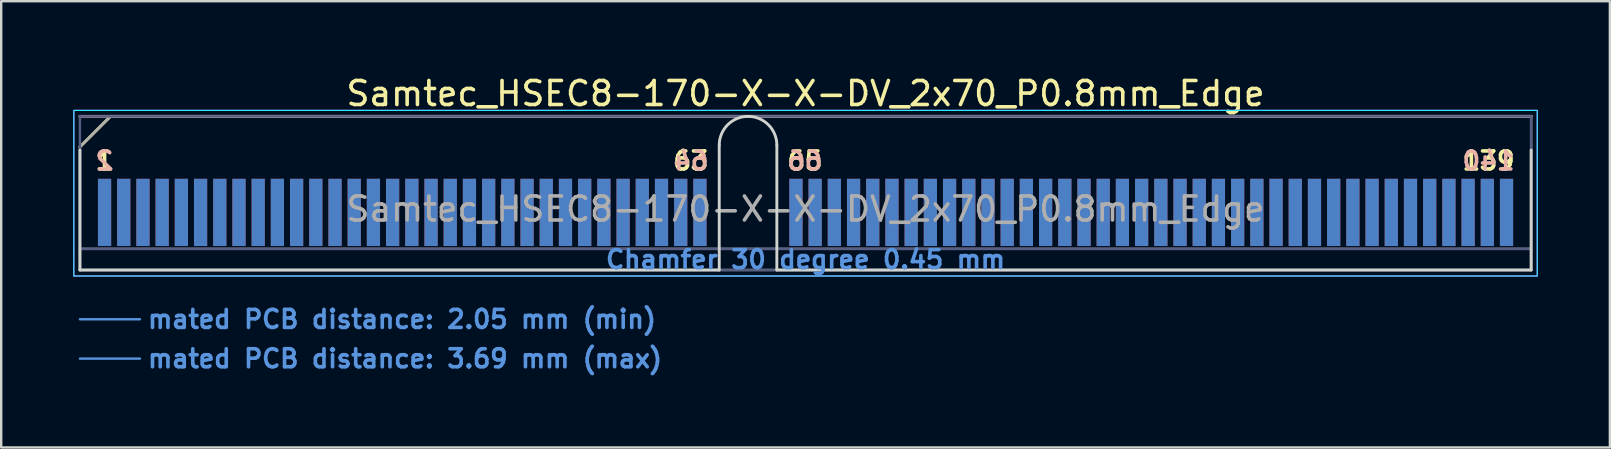
<source format=kicad_pcb>
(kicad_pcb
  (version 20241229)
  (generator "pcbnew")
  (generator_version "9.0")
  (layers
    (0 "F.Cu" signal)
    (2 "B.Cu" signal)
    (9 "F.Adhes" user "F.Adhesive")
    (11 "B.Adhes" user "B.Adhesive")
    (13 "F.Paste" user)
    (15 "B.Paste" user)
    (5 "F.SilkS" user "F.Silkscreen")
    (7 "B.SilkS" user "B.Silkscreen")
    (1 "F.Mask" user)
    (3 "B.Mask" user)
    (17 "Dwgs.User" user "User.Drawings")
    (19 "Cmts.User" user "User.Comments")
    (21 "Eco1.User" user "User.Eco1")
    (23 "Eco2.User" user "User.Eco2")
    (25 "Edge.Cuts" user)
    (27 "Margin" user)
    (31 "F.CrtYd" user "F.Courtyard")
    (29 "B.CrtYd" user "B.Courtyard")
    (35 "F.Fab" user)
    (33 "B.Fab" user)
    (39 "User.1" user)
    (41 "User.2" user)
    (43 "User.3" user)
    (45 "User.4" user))
  (footprint "Samtec_HSEC8-170-X-X-DV_2x70_P0.8mm_Edge"
    (layer "F.Cu")
    (at 30.505 8.198)
    (property "Reference" "Samtec_HSEC8-170-X-X-DV_2x70_P0.8mm_Edge" (at 0 -7.35 0) (layer "F.SilkS") (effects (font (size 1 1) (thickness 0.15))))
    (attr exclude_from_pos_files exclude_from_bom)
    (fp_line (start -30.225 -5.13) (end -28.955 -6.4) (stroke (width 0.12) (type solid)) (layer "F.SilkS"))
    (fp_line (start -28.955 -6.4) (end 30.225 -6.4) (stroke (width 0.12) (type solid)) (layer "F.SilkS"))
    (fp_line (start -30.225 -6.4) (end -30.225 -6.4) (stroke (width 0.12) (type solid)) (layer "B.SilkS"))
    (fp_line (start -30.225 -6.4) (end 30.225 -6.4) (stroke (width 0.12) (type solid)) (layer "B.SilkS"))
    (fp_line (start -30.225 2.05) (end -27.725 2.05) (stroke (width 0.1) (type solid)) (layer "Cmts.User"))
    (fp_line (start -30.225 3.69) (end -27.725 3.69) (stroke (width 0.1) (type solid)) (layer "Cmts.User"))
    (fp_line (start -30.225 -5) (end -30.225 0) (stroke (width 0.12) (type solid)) (layer "Edge.Cuts"))
    (fp_line (start -30.225 0) (end -3.595 0) (stroke (width 0.12) (type solid)) (layer "Edge.Cuts"))
    (fp_line (start -3.595 0) (end -3.595 -5.2) (stroke (width 0.12) (type solid)) (layer "Edge.Cuts"))
    (fp_line (start -1.195 -5.2) (end -1.195 0) (stroke (width 0.12) (type solid)) (layer "Edge.Cuts"))
    (fp_line (start -1.195 0) (end 30.225 0) (stroke (width 0.12) (type solid)) (layer "Edge.Cuts"))
    (fp_line (start 30.225 0) (end 30.225 -5) (stroke (width 0.12) (type solid)) (layer "Edge.Cuts"))
    (fp_arc (start -3.595 -5.2) (mid -2.395 -6.4) (end -1.195 -5.2) (stroke (width 0.12) (type solid)) (layer "Edge.Cuts"))
    (fp_rect (start -30.48 -6.65) (end 30.48 0.25) (stroke (width 0.05) (type solid)) (fill no) (layer "B.CrtYd"))
    (fp_rect (start -30.48 -6.65) (end 30.48 0.25) (stroke (width 0.05) (type solid)) (fill no) (layer "F.CrtYd"))
    (fp_line (start -30.225 -6.4) (end -30.225 -6.4) (stroke (width 0.1) (type solid)) (layer "B.Fab"))
    (fp_line (start -30.225 -6.4) (end -30.225 0) (stroke (width 0.1) (type solid)) (layer "B.Fab"))
    (fp_line (start -30.225 -6.4) (end 30.225 -6.4) (stroke (width 0.1) (type solid)) (layer "B.Fab"))
    (fp_line (start -30.225 -0.88) (end 30.225 -0.88) (stroke (width 0.1) (type solid)) (layer "B.Fab"))
    (fp_line (start -30.225 0) (end 30.225 0) (stroke (width 0.1) (type solid)) (layer "B.Fab"))
    (fp_line (start 30.225 -6.4) (end 30.225 0) (stroke (width 0.1) (type solid)) (layer "B.Fab"))
    (fp_line (start -30.225 -5.13) (end -30.225 0) (stroke (width 0.1) (type solid)) (layer "F.Fab"))
    (fp_line (start -30.225 -5.13) (end -28.955 -6.4) (stroke (width 0.1) (type solid)) (layer "F.Fab"))
    (fp_line (start -30.225 -0.88) (end 30.225 -0.88) (stroke (width 0.1) (type solid)) (layer "F.Fab"))
    (fp_line (start -30.225 0) (end 30.225 0) (stroke (width 0.1) (type solid)) (layer "F.Fab"))
    (fp_line (start -28.955 -6.4) (end 30.225 -6.4) (stroke (width 0.1) (type solid)) (layer "F.Fab"))
    (fp_line (start 30.225 -6.4) (end 30.225 0) (stroke (width 0.1) (type solid)) (layer "F.Fab"))
    (fp_text user "65" (at -0.025 -4.55 0) (layer "F.SilkS") (effects (font (size 0.75 0.75) (thickness 0.15))))
    (fp_text user "139" (at 28.45 -4.55 0) (layer "F.SilkS") (effects (font (size 0.75 0.75) (thickness 0.15))))
    (fp_text user "1" (at -29.2 -4.55 0) (layer "F.SilkS") (effects (font (size 0.75 0.75) (thickness 0.15))))
    (fp_text user "63" (at -4.775 -4.55 0) (layer "F.SilkS") (effects (font (size 0.75 0.75) (thickness 0.15))))
    (fp_text user "140" (at 28.45 -4.55 0) (layer "B.SilkS") (effects (font (size 0.75 0.75) (thickness 0.15)) (justify mirror)))
    (fp_text user "64" (at -4.775 -4.55 0) (layer "B.SilkS") (effects (font (size 0.75 0.75) (thickness 0.15)) (justify mirror)))
    (fp_text user "2" (at -29.2 -4.55 0) (layer "B.SilkS") (effects (font (size 0.75 0.75) (thickness 0.15)) (justify mirror)))
    (fp_text user "66" (at -0.025 -4.55 0) (layer "B.SilkS") (effects (font (size 0.75 0.75) (thickness 0.15)) (justify mirror)))
    (fp_text user "mated PCB distance: 2.05 mm (min)" (at -27.48 2.05 0) (layer "Cmts.User") (effects (font (size 0.75 0.75) (thickness 0.15)) (justify left)))
    (fp_text user "Chamfer 30 degree 0.45 mm" (at 0 -0.44 0) (layer "Cmts.User") (effects (font (size 0.75 0.75) (thickness 0.15))))
    (fp_text user "mated PCB distance: 3.69 mm (max)" (at -27.48 3.69 0) (layer "Cmts.User") (effects (font (size 0.75 0.75) (thickness 0.15)) (justify left)))
    (fp_text user "${REFERENCE}" (at 0 -2.54 0) (layer "F.Fab") (effects (font (size 1 1) (thickness 0.15))))
    (pad "1" connect rect (at -29.2 -2.4) (size 0.55 2.8) (layers "F.Cu" "F.Mask"))
    (pad "2" connect rect (at -29.2 -2.4) (size 0.55 2.8) (layers "B.Cu" "B.Mask"))
    (pad "3" connect rect (at -28.4 -2.4) (size 0.55 2.8) (layers "F.Cu" "F.Mask"))
    (pad "4" connect rect (at -28.4 -2.4) (size 0.55 2.8) (layers "B.Cu" "B.Mask"))
    (pad "5" connect rect (at -27.6 -2.4) (size 0.55 2.8) (layers "F.Cu" "F.Mask"))
    (pad "6" connect rect (at -27.6 -2.4) (size 0.55 2.8) (layers "B.Cu" "B.Mask"))
    (pad "7" connect rect (at -26.8 -2.4) (size 0.55 2.8) (layers "F.Cu" "F.Mask"))
    (pad "8" connect rect (at -26.8 -2.4) (size 0.55 2.8) (layers "B.Cu" "B.Mask"))
    (pad "9" connect rect (at -26 -2.4) (size 0.55 2.8) (layers "F.Cu" "F.Mask"))
    (pad "10" connect rect (at -26 -2.4) (size 0.55 2.8) (layers "B.Cu" "B.Mask"))
    (pad "11" connect rect (at -25.2 -2.4) (size 0.55 2.8) (layers "F.Cu" "F.Mask"))
    (pad "12" connect rect (at -25.2 -2.4) (size 0.55 2.8) (layers "B.Cu" "B.Mask"))
    (pad "13" connect rect (at -24.4 -2.4) (size 0.55 2.8) (layers "F.Cu" "F.Mask"))
    (pad "14" connect rect (at -24.4 -2.4) (size 0.55 2.8) (layers "B.Cu" "B.Mask"))
    (pad "15" connect rect (at -23.6 -2.4) (size 0.55 2.8) (layers "F.Cu" "F.Mask"))
    (pad "16" connect rect (at -23.6 -2.4) (size 0.55 2.8) (layers "B.Cu" "B.Mask"))
    (pad "17" connect rect (at -22.8 -2.4) (size 0.55 2.8) (layers "F.Cu" "F.Mask"))
    (pad "18" connect rect (at -22.8 -2.4) (size 0.55 2.8) (layers "B.Cu" "B.Mask"))
    (pad "19" connect rect (at -22 -2.4) (size 0.55 2.8) (layers "F.Cu" "F.Mask"))
    (pad "20" connect rect (at -22 -2.4) (size 0.55 2.8) (layers "B.Cu" "B.Mask"))
    (pad "21" connect rect (at -21.2 -2.4) (size 0.55 2.8) (layers "F.Cu" "F.Mask"))
    (pad "22" connect rect (at -21.2 -2.4) (size 0.55 2.8) (layers "B.Cu" "B.Mask"))
    (pad "23" connect rect (at -20.4 -2.4) (size 0.55 2.8) (layers "F.Cu" "F.Mask"))
    (pad "24" connect rect (at -20.4 -2.4) (size 0.55 2.8) (layers "B.Cu" "B.Mask"))
    (pad "25" connect rect (at -19.6 -2.4) (size 0.55 2.8) (layers "F.Cu" "F.Mask"))
    (pad "26" connect rect (at -19.6 -2.4) (size 0.55 2.8) (layers "B.Cu" "B.Mask"))
    (pad "27" connect rect (at -18.8 -2.4) (size 0.55 2.8) (layers "F.Cu" "F.Mask"))
    (pad "28" connect rect (at -18.8 -2.4) (size 0.55 2.8) (layers "B.Cu" "B.Mask"))
    (pad "29" connect rect (at -18 -2.4) (size 0.55 2.8) (layers "F.Cu" "F.Mask"))
    (pad "30" connect rect (at -18 -2.4) (size 0.55 2.8) (layers "B.Cu" "B.Mask"))
    (pad "31" connect rect (at -17.2 -2.4) (size 0.55 2.8) (layers "F.Cu" "F.Mask"))
    (pad "32" connect rect (at -17.2 -2.4) (size 0.55 2.8) (layers "B.Cu" "B.Mask"))
    (pad "33" connect rect (at -16.4 -2.4) (size 0.55 2.8) (layers "F.Cu" "F.Mask"))
    (pad "34" connect rect (at -16.4 -2.4) (size 0.55 2.8) (layers "B.Cu" "B.Mask"))
    (pad "35" connect rect (at -15.6 -2.4) (size 0.55 2.8) (layers "F.Cu" "F.Mask"))
    (pad "36" connect rect (at -15.6 -2.4) (size 0.55 2.8) (layers "B.Cu" "B.Mask"))
    (pad "37" connect rect (at -14.8 -2.4) (size 0.55 2.8) (layers "F.Cu" "F.Mask"))
    (pad "38" connect rect (at -14.8 -2.4) (size 0.55 2.8) (layers "B.Cu" "B.Mask"))
    (pad "39" connect rect (at -14 -2.4) (size 0.55 2.8) (layers "F.Cu" "F.Mask"))
    (pad "40" connect rect (at -14 -2.4) (size 0.55 2.8) (layers "B.Cu" "B.Mask"))
    (pad "41" connect rect (at -13.2 -2.4) (size 0.55 2.8) (layers "F.Cu" "F.Mask"))
    (pad "42" connect rect (at -13.2 -2.4) (size 0.55 2.8) (layers "B.Cu" "B.Mask"))
    (pad "43" connect rect (at -12.4 -2.4) (size 0.55 2.8) (layers "F.Cu" "F.Mask"))
    (pad "44" connect rect (at -12.4 -2.4) (size 0.55 2.8) (layers "B.Cu" "B.Mask"))
    (pad "45" connect rect (at -11.6 -2.4) (size 0.55 2.8) (layers "F.Cu" "F.Mask"))
    (pad "46" connect rect (at -11.6 -2.4) (size 0.55 2.8) (layers "B.Cu" "B.Mask"))
    (pad "47" connect rect (at -10.8 -2.4) (size 0.55 2.8) (layers "F.Cu" "F.Mask"))
    (pad "48" connect rect (at -10.8 -2.4) (size 0.55 2.8) (layers "B.Cu" "B.Mask"))
    (pad "49" connect rect (at -10 -2.4) (size 0.55 2.8) (layers "F.Cu" "F.Mask"))
    (pad "50" connect rect (at -10 -2.4) (size 0.55 2.8) (layers "B.Cu" "B.Mask"))
    (pad "51" connect rect (at -9.2 -2.4) (size 0.55 2.8) (layers "F.Cu" "F.Mask"))
    (pad "52" connect rect (at -9.2 -2.4) (size 0.55 2.8) (layers "B.Cu" "B.Mask"))
    (pad "53" connect rect (at -8.4 -2.4) (size 0.55 2.8) (layers "F.Cu" "F.Mask"))
    (pad "54" connect rect (at -8.4 -2.4) (size 0.55 2.8) (layers "B.Cu" "B.Mask"))
    (pad "55" connect rect (at -7.6 -2.4) (size 0.55 2.8) (layers "F.Cu" "F.Mask"))
    (pad "56" connect rect (at -7.6 -2.4) (size 0.55 2.8) (layers "B.Cu" "B.Mask"))
    (pad "57" connect rect (at -6.8 -2.4) (size 0.55 2.8) (layers "F.Cu" "F.Mask"))
    (pad "58" connect rect (at -6.8 -2.4) (size 0.55 2.8) (layers "B.Cu" "B.Mask"))
    (pad "59" connect rect (at -6 -2.4) (size 0.55 2.8) (layers "F.Cu" "F.Mask"))
    (pad "60" connect rect (at -6 -2.4) (size 0.55 2.8) (layers "B.Cu" "B.Mask"))
    (pad "61" connect rect (at -5.2 -2.4) (size 0.55 2.8) (layers "F.Cu" "F.Mask"))
    (pad "62" connect rect (at -5.2 -2.4) (size 0.55 2.8) (layers "B.Cu" "B.Mask"))
    (pad "63" connect rect (at -4.4 -2.4) (size 0.55 2.8) (layers "F.Cu" "F.Mask"))
    (pad "64" connect rect (at -4.4 -2.4) (size 0.55 2.8) (layers "B.Cu" "B.Mask"))
    (pad "65" connect rect (at -0.4 -2.4) (size 0.55 2.8) (layers "F.Cu" "F.Mask"))
    (pad "66" connect rect (at -0.4 -2.4) (size 0.55 2.8) (layers "B.Cu" "B.Mask"))
    (pad "67" connect rect (at 0.4 -2.4) (size 0.55 2.8) (layers "F.Cu" "F.Mask"))
    (pad "68" connect rect (at 0.4 -2.4) (size 0.55 2.8) (layers "B.Cu" "B.Mask"))
    (pad "69" connect rect (at 1.2 -2.4) (size 0.55 2.8) (layers "F.Cu" "F.Mask"))
    (pad "70" connect rect (at 1.2 -2.4) (size 0.55 2.8) (layers "B.Cu" "B.Mask"))
    (pad "71" connect rect (at 2 -2.4) (size 0.55 2.8) (layers "F.Cu" "F.Mask"))
    (pad "72" connect rect (at 2 -2.4) (size 0.55 2.8) (layers "B.Cu" "B.Mask"))
    (pad "73" connect rect (at 2.8 -2.4) (size 0.55 2.8) (layers "F.Cu" "F.Mask"))
    (pad "74" connect rect (at 2.8 -2.4) (size 0.55 2.8) (layers "B.Cu" "B.Mask"))
    (pad "75" connect rect (at 3.6 -2.4) (size 0.55 2.8) (layers "F.Cu" "F.Mask"))
    (pad "76" connect rect (at 3.6 -2.4) (size 0.55 2.8) (layers "B.Cu" "B.Mask"))
    (pad "77" connect rect (at 4.4 -2.4) (size 0.55 2.8) (layers "F.Cu" "F.Mask"))
    (pad "78" connect rect (at 4.4 -2.4) (size 0.55 2.8) (layers "B.Cu" "B.Mask"))
    (pad "79" connect rect (at 5.2 -2.4) (size 0.55 2.8) (layers "F.Cu" "F.Mask"))
    (pad "80" connect rect (at 5.2 -2.4) (size 0.55 2.8) (layers "B.Cu" "B.Mask"))
    (pad "81" connect rect (at 6 -2.4) (size 0.55 2.8) (layers "F.Cu" "F.Mask"))
    (pad "82" connect rect (at 6 -2.4) (size 0.55 2.8) (layers "B.Cu" "B.Mask"))
    (pad "83" connect rect (at 6.8 -2.4) (size 0.55 2.8) (layers "F.Cu" "F.Mask"))
    (pad "84" connect rect (at 6.8 -2.4) (size 0.55 2.8) (layers "B.Cu" "B.Mask"))
    (pad "85" connect rect (at 7.6 -2.4) (size 0.55 2.8) (layers "F.Cu" "F.Mask"))
    (pad "86" connect rect (at 7.6 -2.4) (size 0.55 2.8) (layers "B.Cu" "B.Mask"))
    (pad "87" connect rect (at 8.4 -2.4) (size 0.55 2.8) (layers "F.Cu" "F.Mask"))
    (pad "88" connect rect (at 8.4 -2.4) (size 0.55 2.8) (layers "B.Cu" "B.Mask"))
    (pad "89" connect rect (at 9.2 -2.4) (size 0.55 2.8) (layers "F.Cu" "F.Mask"))
    (pad "90" connect rect (at 9.2 -2.4) (size 0.55 2.8) (layers "B.Cu" "B.Mask"))
    (pad "91" connect rect (at 10 -2.4) (size 0.55 2.8) (layers "F.Cu" "F.Mask"))
    (pad "92" connect rect (at 10 -2.4) (size 0.55 2.8) (layers "B.Cu" "B.Mask"))
    (pad "93" connect rect (at 10.8 -2.4) (size 0.55 2.8) (layers "F.Cu" "F.Mask"))
    (pad "94" connect rect (at 10.8 -2.4) (size 0.55 2.8) (layers "B.Cu" "B.Mask"))
    (pad "95" connect rect (at 11.6 -2.4) (size 0.55 2.8) (layers "F.Cu" "F.Mask"))
    (pad "96" connect rect (at 11.6 -2.4) (size 0.55 2.8) (layers "B.Cu" "B.Mask"))
    (pad "97" connect rect (at 12.4 -2.4) (size 0.55 2.8) (layers "F.Cu" "F.Mask"))
    (pad "98" connect rect (at 12.4 -2.4) (size 0.55 2.8) (layers "B.Cu" "B.Mask"))
    (pad "99" connect rect (at 13.2 -2.4) (size 0.55 2.8) (layers "F.Cu" "F.Mask"))
    (pad "100" connect rect (at 13.2 -2.4) (size 0.55 2.8) (layers "B.Cu" "B.Mask"))
    (pad "101" connect rect (at 14 -2.4) (size 0.55 2.8) (layers "F.Cu" "F.Mask"))
    (pad "102" connect rect (at 14 -2.4) (size 0.55 2.8) (layers "B.Cu" "B.Mask"))
    (pad "103" connect rect (at 14.8 -2.4) (size 0.55 2.8) (layers "F.Cu" "F.Mask"))
    (pad "104" connect rect (at 14.8 -2.4) (size 0.55 2.8) (layers "B.Cu" "B.Mask"))
    (pad "105" connect rect (at 15.6 -2.4) (size 0.55 2.8) (layers "F.Cu" "F.Mask"))
    (pad "106" connect rect (at 15.6 -2.4) (size 0.55 2.8) (layers "B.Cu" "B.Mask"))
    (pad "107" connect rect (at 16.4 -2.4) (size 0.55 2.8) (layers "F.Cu" "F.Mask"))
    (pad "108" connect rect (at 16.4 -2.4) (size 0.55 2.8) (layers "B.Cu" "B.Mask"))
    (pad "109" connect rect (at 17.2 -2.4) (size 0.55 2.8) (layers "F.Cu" "F.Mask"))
    (pad "110" connect rect (at 17.2 -2.4) (size 0.55 2.8) (layers "B.Cu" "B.Mask"))
    (pad "111" connect rect (at 18 -2.4) (size 0.55 2.8) (layers "F.Cu" "F.Mask"))
    (pad "112" connect rect (at 18 -2.4) (size 0.55 2.8) (layers "B.Cu" "B.Mask"))
    (pad "113" connect rect (at 18.8 -2.4) (size 0.55 2.8) (layers "F.Cu" "F.Mask"))
    (pad "114" connect rect (at 18.8 -2.4) (size 0.55 2.8) (layers "B.Cu" "B.Mask"))
    (pad "115" connect rect (at 19.6 -2.4) (size 0.55 2.8) (layers "F.Cu" "F.Mask"))
    (pad "116" connect rect (at 19.6 -2.4) (size 0.55 2.8) (layers "B.Cu" "B.Mask"))
    (pad "117" connect rect (at 20.4 -2.4) (size 0.55 2.8) (layers "F.Cu" "F.Mask"))
    (pad "118" connect rect (at 20.4 -2.4) (size 0.55 2.8) (layers "B.Cu" "B.Mask"))
    (pad "119" connect rect (at 21.2 -2.4) (size 0.55 2.8) (layers "F.Cu" "F.Mask"))
    (pad "120" connect rect (at 21.2 -2.4) (size 0.55 2.8) (layers "B.Cu" "B.Mask"))
    (pad "121" connect rect (at 22 -2.4) (size 0.55 2.8) (layers "F.Cu" "F.Mask"))
    (pad "122" connect rect (at 22 -2.4) (size 0.55 2.8) (layers "B.Cu" "B.Mask"))
    (pad "123" connect rect (at 22.8 -2.4) (size 0.55 2.8) (layers "F.Cu" "F.Mask"))
    (pad "124" connect rect (at 22.8 -2.4) (size 0.55 2.8) (layers "B.Cu" "B.Mask"))
    (pad "125" connect rect (at 23.6 -2.4) (size 0.55 2.8) (layers "F.Cu" "F.Mask"))
    (pad "126" connect rect (at 23.6 -2.4) (size 0.55 2.8) (layers "B.Cu" "B.Mask"))
    (pad "127" connect rect (at 24.4 -2.4) (size 0.55 2.8) (layers "F.Cu" "F.Mask"))
    (pad "128" connect rect (at 24.4 -2.4) (size 0.55 2.8) (layers "B.Cu" "B.Mask"))
    (pad "129" connect rect (at 25.2 -2.4) (size 0.55 2.8) (layers "F.Cu" "F.Mask"))
    (pad "130" connect rect (at 25.2 -2.4) (size 0.55 2.8) (layers "B.Cu" "B.Mask"))
    (pad "131" connect rect (at 26 -2.4) (size 0.55 2.8) (layers "F.Cu" "F.Mask"))
    (pad "132" connect rect (at 26 -2.4) (size 0.55 2.8) (layers "B.Cu" "B.Mask"))
    (pad "133" connect rect (at 26.8 -2.4) (size 0.55 2.8) (layers "F.Cu" "F.Mask"))
    (pad "134" connect rect (at 26.8 -2.4) (size 0.55 2.8) (layers "B.Cu" "B.Mask"))
    (pad "135" connect rect (at 27.6 -2.4) (size 0.55 2.8) (layers "F.Cu" "F.Mask"))
    (pad "136" connect rect (at 27.6 -2.4) (size 0.55 2.8) (layers "B.Cu" "B.Mask"))
    (pad "137" connect rect (at 28.4 -2.4) (size 0.55 2.8) (layers "F.Cu" "F.Mask"))
    (pad "138" connect rect (at 28.4 -2.4) (size 0.55 2.8) (layers "B.Cu" "B.Mask"))
    (pad "139" connect rect (at 29.2 -2.4) (size 0.55 2.8) (layers "F.Cu" "F.Mask"))
    (pad "140" connect rect (at 29.2 -2.4) (size 0.55 2.8) (layers "B.Cu" "B.Mask")))
  (gr_rect
    (start -3 -3)
    (end 64.01 15.59)
    (stroke (width 0.1) (type default))
    (fill no)
    (layer "Edge.Cuts")))
</source>
